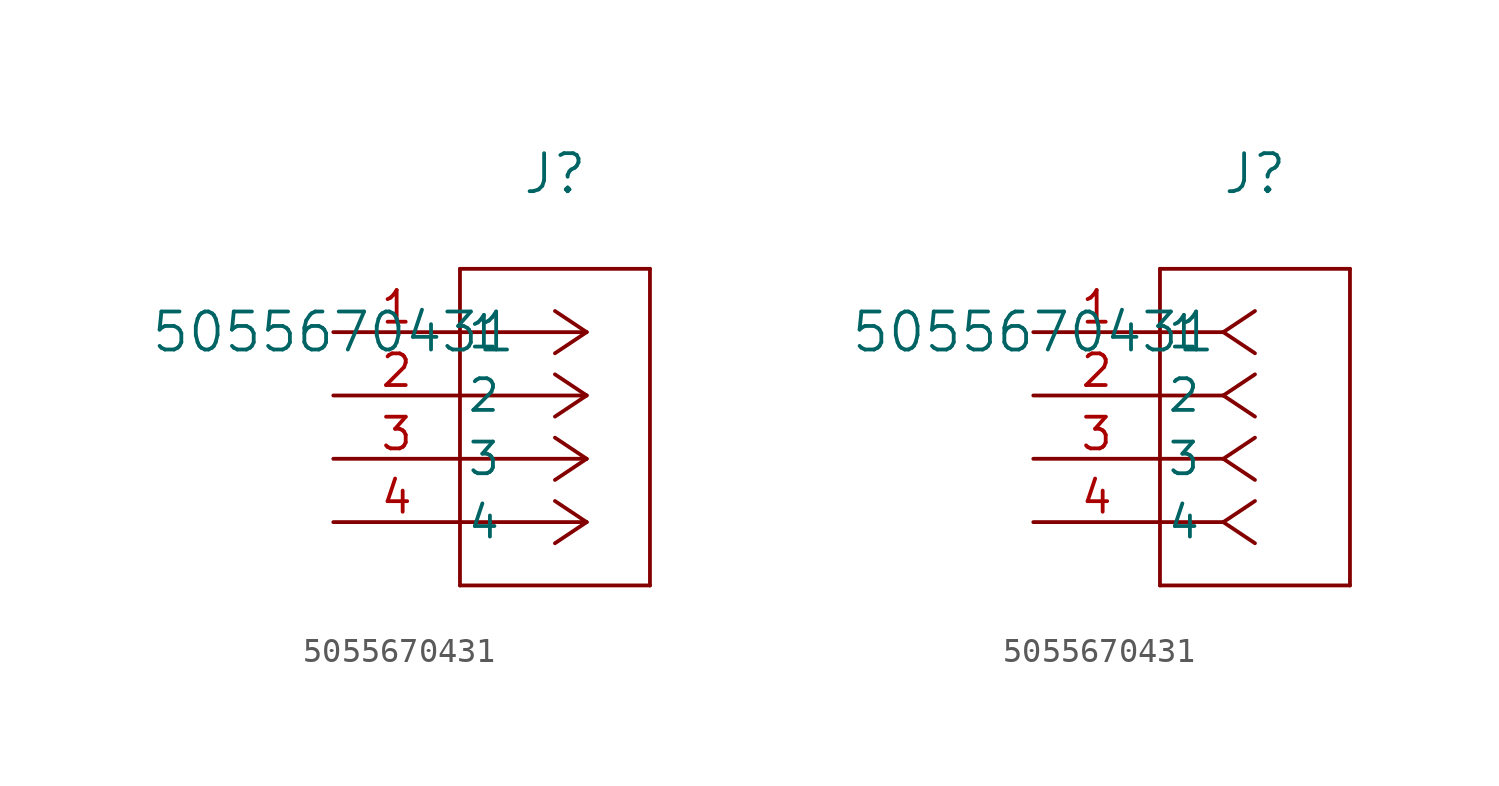
<source format=kicad_sym>
(kicad_symbol_lib
  (version 20211014)
  (generator kicad_symbol_editor)
  (symbol "5055670431"
    (pin_names
      (offset 0.254))
    (property "Reference" "J"
      (at 8.89 6.35 0)
      (effects (font (size 1.524 1.524))))
    (property "Value" "5055670431"
      (at 0 0 0)
      (effects (font (size 1.524 1.524))))
    (symbol "5055670431_1_1"
      (polyline (pts (xy 10.16 0) (xy 5.08 0)) (stroke (width 0) (type default) (color 0 0 0 0)) (fill (type none)))
      (polyline (pts (xy 10.16 -2.54) (xy 5.08 -2.54)) (stroke (width 0) (type default) (color 0 0 0 0)) (fill (type none)))
      (polyline (pts (xy 10.16 -5.08) (xy 5.08 -5.08)) (stroke (width 0) (type default) (color 0 0 0 0)) (fill (type none)))
      (polyline (pts (xy 10.16 -7.62) (xy 5.08 -7.62)) (stroke (width 0) (type default) (color 0 0 0 0)) (fill (type none)))
      (polyline (pts (xy 10.16 0) (xy 8.89 0.847)) (stroke (width 0) (type default) (color 0 0 0 0)) (fill (type none)))
      (polyline (pts (xy 10.16 -2.54) (xy 8.89 -1.693)) (stroke (width 0) (type default) (color 0 0 0 0)) (fill (type none)))
      (polyline (pts (xy 10.16 -5.08) (xy 8.89 -4.233)) (stroke (width 0) (type default) (color 0 0 0 0)) (fill (type none)))
      (polyline (pts (xy 10.16 -7.62) (xy 8.89 -6.773)) (stroke (width 0) (type default) (color 0 0 0 0)) (fill (type none)))
      (polyline (pts (xy 10.16 0) (xy 8.89 -0.847)) (stroke (width 0) (type default) (color 0 0 0 0)) (fill (type none)))
      (polyline (pts (xy 10.16 -2.54) (xy 8.89 -3.387)) (stroke (width 0) (type default) (color 0 0 0 0)) (fill (type none)))
      (polyline (pts (xy 10.16 -5.08) (xy 8.89 -5.927)) (stroke (width 0) (type default) (color 0 0 0 0)) (fill (type none)))
      (polyline (pts (xy 10.16 -7.62) (xy 8.89 -8.467)) (stroke (width 0) (type default) (color 0 0 0 0)) (fill (type none)))
      (polyline (pts (xy 5.08 2.54) (xy 5.08 -10.16)) (stroke (width 0) (type default) (color 0 0 0 0)) (fill (type none)))
      (polyline (pts (xy 5.08 -10.16) (xy 12.7 -10.16)) (stroke (width 0) (type default) (color 0 0 0 0)) (fill (type none)))
      (polyline (pts (xy 12.7 -10.16) (xy 12.7 2.54)) (stroke (width 0) (type default) (color 0 0 0 0)) (fill (type none)))
      (polyline (pts (xy 12.7 2.54) (xy 5.08 2.54)) (stroke (width 0) (type default) (color 0 0 0 0)) (fill (type none)))
      (pin unspecified line (at 0 0 0) (length 5.08) (name "1" (effects (font (size 1.27 1.27)))) (number "1" (effects (font (size 1.27 1.27)))))
      (pin unspecified line (at 0 -2.54 0) (length 5.08) (name "2" (effects (font (size 1.27 1.27)))) (number "2" (effects (font (size 1.27 1.27)))))
      (pin unspecified line (at 0 -5.08 0) (length 5.08) (name "3" (effects (font (size 1.27 1.27)))) (number "3" (effects (font (size 1.27 1.27)))))
      (pin unspecified line (at 0 -7.62 0) (length 5.08) (name "4" (effects (font (size 1.27 1.27)))) (number "4" (effects (font (size 1.27 1.27))))))
    (symbol "5055670431_1_2"
      (polyline (pts (xy 7.62 0) (xy 5.08 0)) (stroke (width 0) (type default) (color 0 0 0 0)) (fill (type none)))
      (polyline (pts (xy 7.62 -2.54) (xy 5.08 -2.54)) (stroke (width 0) (type default) (color 0 0 0 0)) (fill (type none)))
      (polyline (pts (xy 7.62 -5.08) (xy 5.08 -5.08)) (stroke (width 0) (type default) (color 0 0 0 0)) (fill (type none)))
      (polyline (pts (xy 7.62 -7.62) (xy 5.08 -7.62)) (stroke (width 0) (type default) (color 0 0 0 0)) (fill (type none)))
      (polyline (pts (xy 7.62 0) (xy 8.89 0.847)) (stroke (width 0) (type default) (color 0 0 0 0)) (fill (type none)))
      (polyline (pts (xy 7.62 -2.54) (xy 8.89 -1.693)) (stroke (width 0) (type default) (color 0 0 0 0)) (fill (type none)))
      (polyline (pts (xy 7.62 -5.08) (xy 8.89 -4.233)) (stroke (width 0) (type default) (color 0 0 0 0)) (fill (type none)))
      (polyline (pts (xy 7.62 -7.62) (xy 8.89 -6.773)) (stroke (width 0) (type default) (color 0 0 0 0)) (fill (type none)))
      (polyline (pts (xy 7.62 0) (xy 8.89 -0.847)) (stroke (width 0) (type default) (color 0 0 0 0)) (fill (type none)))
      (polyline (pts (xy 7.62 -2.54) (xy 8.89 -3.387)) (stroke (width 0) (type default) (color 0 0 0 0)) (fill (type none)))
      (polyline (pts (xy 7.62 -5.08) (xy 8.89 -5.927)) (stroke (width 0) (type default) (color 0 0 0 0)) (fill (type none)))
      (polyline (pts (xy 7.62 -7.62) (xy 8.89 -8.467)) (stroke (width 0) (type default) (color 0 0 0 0)) (fill (type none)))
      (polyline (pts (xy 5.08 2.54) (xy 5.08 -10.16)) (stroke (width 0) (type default) (color 0 0 0 0)) (fill (type none)))
      (polyline (pts (xy 5.08 -10.16) (xy 12.7 -10.16)) (stroke (width 0) (type default) (color 0 0 0 0)) (fill (type none)))
      (polyline (pts (xy 12.7 -10.16) (xy 12.7 2.54)) (stroke (width 0) (type default) (color 0 0 0 0)) (fill (type none)))
      (polyline (pts (xy 12.7 2.54) (xy 5.08 2.54)) (stroke (width 0) (type default) (color 0 0 0 0)) (fill (type none)))
      (pin unspecified line (at 0 0 0) (length 5.08) (name "1" (effects (font (size 1.27 1.27)))) (number "1" (effects (font (size 1.27 1.27)))))
      (pin unspecified line (at 0 -2.54 0) (length 5.08) (name "2" (effects (font (size 1.27 1.27)))) (number "2" (effects (font (size 1.27 1.27)))))
      (pin unspecified line (at 0 -5.08 0) (length 5.08) (name "3" (effects (font (size 1.27 1.27)))) (number "3" (effects (font (size 1.27 1.27)))))
      (pin unspecified line (at 0 -7.62 0) (length 5.08) (name "4" (effects (font (size 1.27 1.27)))) (number "4" (effects (font (size 1.27 1.27))))))))
</source>
